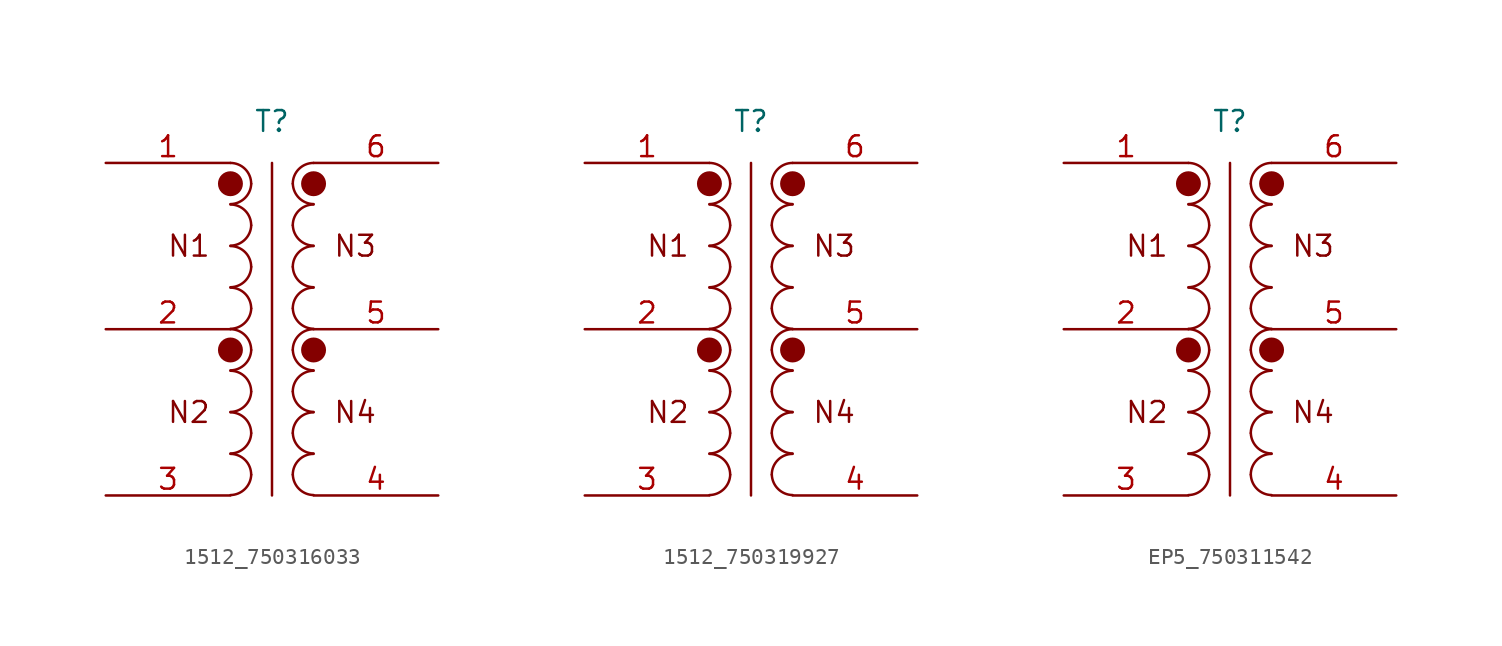
<source format=kicad_sym>
(kicad_symbol_lib
  (version 20220914)
  (generator kicad_symbol_editor)
  (symbol "1512_750316033"
    (pin_names hide)
    (property "Reference" "T"
      (at 0 12.7 0)
      (effects (font (size 1.27 1.27))))
    (property "Critical Parameter" ""
      (at 0 -5.08 0)
      (effects (font (size 1.27 1.27)) (justify left)))
    (symbol "1512_750316033_0_1"
      (arc (start -2.54 -10.1346) (mid -1.6561 -9.7663) (end -1.27 -8.89) (stroke (width 0) (type default)) (fill (type none)))
      (arc (start -2.54 -7.5946) (mid -1.6561 -7.2263) (end -1.27 -6.35) (stroke (width 0) (type default)) (fill (type none)))
      (arc (start -2.54 -5.0546) (mid -1.6561 -4.6863) (end -1.27 -3.81) (stroke (width 0) (type default)) (fill (type none)))
      (arc (start -2.54 -2.5146) (mid -1.6561 -2.1463) (end -1.27 -1.27) (stroke (width 0) (type default)) (fill (type none)))
      (arc (start -2.54 0.0254) (mid -1.6561 0.3937) (end -1.27 1.27) (stroke (width 0) (type default)) (fill (type none)))
      (arc (start -2.54 2.5654) (mid -1.6561 2.9337) (end -1.27 3.81) (stroke (width 0) (type default)) (fill (type none)))
      (arc (start -2.54 5.1054) (mid -1.6561 5.4737) (end -1.27 6.35) (stroke (width 0) (type default)) (fill (type none)))
      (arc (start -2.54 7.6454) (mid -1.6561 8.0137) (end -1.27 8.89) (stroke (width 0) (type default)) (fill (type none)))
      (arc (start -1.27 -8.89) (mid -1.642 -7.992) (end -2.54 -7.62) (stroke (width 0) (type default)) (fill (type none)))
      (arc (start -1.27 -6.35) (mid -1.642 -5.452) (end -2.54 -5.08) (stroke (width 0) (type default)) (fill (type none)))
      (arc (start -1.27 -3.81) (mid -1.642 -2.912) (end -2.54 -2.54) (stroke (width 0) (type default)) (fill (type none)))
      (arc (start -1.27 -1.27) (mid -1.642 -0.372) (end -2.54 0) (stroke (width 0) (type default)) (fill (type none)))
      (arc (start -1.27 1.27) (mid -1.642 2.168) (end -2.54 2.54) (stroke (width 0) (type default)) (fill (type none)))
      (arc (start -1.27 3.81) (mid -1.642 4.708) (end -2.54 5.08) (stroke (width 0) (type default)) (fill (type none)))
      (arc (start -1.27 6.35) (mid -1.642 7.248) (end -2.54 7.62) (stroke (width 0) (type default)) (fill (type none)))
      (arc (start -1.27 8.89) (mid -1.642 9.788) (end -2.54 10.16) (stroke (width 0) (type default)) (fill (type none)))
      (polyline (pts (xy 0 -10.16) (xy 0 10.16)) (stroke (width 0) (type default)) (fill (type none)))
      (arc (start 1.27 -8.89) (mid 1.6561 -9.7663) (end 2.54 -10.1346) (stroke (width 0) (type default)) (fill (type none)))
      (arc (start 1.27 -6.35) (mid 1.6561 -7.2263) (end 2.54 -7.5946) (stroke (width 0) (type default)) (fill (type none)))
      (arc (start 1.27 -3.81) (mid 1.6561 -4.6863) (end 2.54 -5.0546) (stroke (width 0) (type default)) (fill (type none)))
      (arc (start 1.27 -1.27) (mid 1.6561 -2.1463) (end 2.54 -2.5146) (stroke (width 0) (type default)) (fill (type none)))
      (arc (start 1.27 1.27) (mid 1.6561 0.3937) (end 2.54 0.0254) (stroke (width 0) (type default)) (fill (type none)))
      (arc (start 1.27 3.81) (mid 1.6561 2.9337) (end 2.54 2.5654) (stroke (width 0) (type default)) (fill (type none)))
      (arc (start 1.27 6.35) (mid 1.6561 5.4737) (end 2.54 5.1054) (stroke (width 0) (type default)) (fill (type none)))
      (arc (start 1.27 8.89) (mid 1.6561 8.0137) (end 2.54 7.6454) (stroke (width 0) (type default)) (fill (type none)))
      (arc (start 2.54 -7.62) (mid 1.642 -7.992) (end 1.27 -8.89) (stroke (width 0) (type default)) (fill (type none)))
      (arc (start 2.54 -5.08) (mid 1.642 -5.452) (end 1.27 -6.35) (stroke (width 0) (type default)) (fill (type none)))
      (arc (start 2.54 -2.54) (mid 1.642 -2.912) (end 1.27 -3.81) (stroke (width 0) (type default)) (fill (type none)))
      (arc (start 2.54 0) (mid 1.642 -0.372) (end 1.27 -1.27) (stroke (width 0) (type default)) (fill (type none)))
      (arc (start 2.54 2.54) (mid 1.642 2.168) (end 1.27 1.27) (stroke (width 0) (type default)) (fill (type none)))
      (arc (start 2.54 5.08) (mid 1.642 4.708) (end 1.27 3.81) (stroke (width 0) (type default)) (fill (type none)))
      (arc (start 2.54 7.62) (mid 1.642 7.248) (end 1.27 6.35) (stroke (width 0) (type default)) (fill (type none)))
      (arc (start 2.54 10.16) (mid 1.642 9.788) (end 1.27 8.89) (stroke (width 0) (type default)) (fill (type none))))
    (symbol "1512_750316033_1_1"
      (circle (center -2.54 -1.27) (radius 0.0001) (stroke (width 0.762) (type default)) (fill (type none)))
      (circle (center -2.54 8.89) (radius 0.0001) (stroke (width 0.762) (type default)) (fill (type none)))
      (circle (center 2.54 -1.27) (radius 0.0001) (stroke (width 0.762) (type default)) (fill (type none)))
      (circle (center 2.54 8.89) (radius 0.0001) (stroke (width 0.762) (type default)) (fill (type none)))
      (text "N1" (at -5.08 5.08 0) (effects (font (size 1.27 1.27))))
      (text "N2" (at -5.08 -5.08 0) (effects (font (size 1.27 1.27))))
      (text "N3" (at 5.08 5.08 0) (effects (font (size 1.27 1.27))))
      (text "N4" (at 5.08 -5.08 0) (effects (font (size 1.27 1.27))))
      (pin passive line (at -10.16 10.16 0) (length 7.62) (name "1" (effects (font (size 1.27 1.27)))) (number "1" (effects (font (size 1.27 1.27)))))
      (pin passive line (at -10.16 0 0) (length 7.62) (name "2" (effects (font (size 1.27 1.27)))) (number "2" (effects (font (size 1.27 1.27)))))
      (pin passive line (at -10.16 -10.16 0) (length 7.62) (name "3" (effects (font (size 1.27 1.27)))) (number "3" (effects (font (size 1.27 1.27)))))
      (pin passive line (at 10.16 -10.16 180) (length 7.62) (name "4" (effects (font (size 1.27 1.27)))) (number "4" (effects (font (size 1.27 1.27)))))
      (pin passive line (at 10.16 0 180) (length 7.62) (name "5" (effects (font (size 1.27 1.27)))) (number "5" (effects (font (size 1.27 1.27)))))
      (pin passive line (at 10.16 10.16 180) (length 7.62) (name "6" (effects (font (size 1.27 1.27)))) (number "6" (effects (font (size 1.27 1.27)))))))
  (symbol "1512_750319927"
    (pin_names hide)
    (property "Reference" "T"
      (at 0 12.7 0)
      (effects (font (size 1.27 1.27))))
    (property "Critical Parameter" ""
      (at 0 -5.08 0)
      (effects (font (size 1.27 1.27)) (justify left)))
    (symbol "1512_750319927_0_1"
      (arc (start -2.54 -10.1346) (mid -1.6561 -9.7663) (end -1.27 -8.89) (stroke (width 0) (type default)) (fill (type none)))
      (arc (start -2.54 -7.5946) (mid -1.6561 -7.2263) (end -1.27 -6.35) (stroke (width 0) (type default)) (fill (type none)))
      (arc (start -2.54 -5.0546) (mid -1.6561 -4.6863) (end -1.27 -3.81) (stroke (width 0) (type default)) (fill (type none)))
      (arc (start -2.54 -2.5146) (mid -1.6561 -2.1463) (end -1.27 -1.27) (stroke (width 0) (type default)) (fill (type none)))
      (arc (start -2.54 0.0254) (mid -1.6561 0.3937) (end -1.27 1.27) (stroke (width 0) (type default)) (fill (type none)))
      (arc (start -2.54 2.5654) (mid -1.6561 2.9337) (end -1.27 3.81) (stroke (width 0) (type default)) (fill (type none)))
      (arc (start -2.54 5.1054) (mid -1.6561 5.4737) (end -1.27 6.35) (stroke (width 0) (type default)) (fill (type none)))
      (arc (start -2.54 7.6454) (mid -1.6561 8.0137) (end -1.27 8.89) (stroke (width 0) (type default)) (fill (type none)))
      (arc (start -1.27 -8.89) (mid -1.642 -7.992) (end -2.54 -7.62) (stroke (width 0) (type default)) (fill (type none)))
      (arc (start -1.27 -6.35) (mid -1.642 -5.452) (end -2.54 -5.08) (stroke (width 0) (type default)) (fill (type none)))
      (arc (start -1.27 -3.81) (mid -1.642 -2.912) (end -2.54 -2.54) (stroke (width 0) (type default)) (fill (type none)))
      (arc (start -1.27 -1.27) (mid -1.642 -0.372) (end -2.54 0) (stroke (width 0) (type default)) (fill (type none)))
      (arc (start -1.27 1.27) (mid -1.642 2.168) (end -2.54 2.54) (stroke (width 0) (type default)) (fill (type none)))
      (arc (start -1.27 3.81) (mid -1.642 4.708) (end -2.54 5.08) (stroke (width 0) (type default)) (fill (type none)))
      (arc (start -1.27 6.35) (mid -1.642 7.248) (end -2.54 7.62) (stroke (width 0) (type default)) (fill (type none)))
      (arc (start -1.27 8.89) (mid -1.642 9.788) (end -2.54 10.16) (stroke (width 0) (type default)) (fill (type none)))
      (polyline (pts (xy 0 -10.16) (xy 0 10.16)) (stroke (width 0) (type default)) (fill (type none)))
      (arc (start 1.27 -8.89) (mid 1.6561 -9.7663) (end 2.54 -10.1346) (stroke (width 0) (type default)) (fill (type none)))
      (arc (start 1.27 -6.35) (mid 1.6561 -7.2263) (end 2.54 -7.5946) (stroke (width 0) (type default)) (fill (type none)))
      (arc (start 1.27 -3.81) (mid 1.6561 -4.6863) (end 2.54 -5.0546) (stroke (width 0) (type default)) (fill (type none)))
      (arc (start 1.27 -1.27) (mid 1.6561 -2.1463) (end 2.54 -2.5146) (stroke (width 0) (type default)) (fill (type none)))
      (arc (start 1.27 1.27) (mid 1.6561 0.3937) (end 2.54 0.0254) (stroke (width 0) (type default)) (fill (type none)))
      (arc (start 1.27 3.81) (mid 1.6561 2.9337) (end 2.54 2.5654) (stroke (width 0) (type default)) (fill (type none)))
      (arc (start 1.27 6.35) (mid 1.6561 5.4737) (end 2.54 5.1054) (stroke (width 0) (type default)) (fill (type none)))
      (arc (start 1.27 8.89) (mid 1.6561 8.0137) (end 2.54 7.6454) (stroke (width 0) (type default)) (fill (type none)))
      (arc (start 2.54 -7.62) (mid 1.642 -7.992) (end 1.27 -8.89) (stroke (width 0) (type default)) (fill (type none)))
      (arc (start 2.54 -5.08) (mid 1.642 -5.452) (end 1.27 -6.35) (stroke (width 0) (type default)) (fill (type none)))
      (arc (start 2.54 -2.54) (mid 1.642 -2.912) (end 1.27 -3.81) (stroke (width 0) (type default)) (fill (type none)))
      (arc (start 2.54 0) (mid 1.642 -0.372) (end 1.27 -1.27) (stroke (width 0) (type default)) (fill (type none)))
      (arc (start 2.54 2.54) (mid 1.642 2.168) (end 1.27 1.27) (stroke (width 0) (type default)) (fill (type none)))
      (arc (start 2.54 5.08) (mid 1.642 4.708) (end 1.27 3.81) (stroke (width 0) (type default)) (fill (type none)))
      (arc (start 2.54 7.62) (mid 1.642 7.248) (end 1.27 6.35) (stroke (width 0) (type default)) (fill (type none)))
      (arc (start 2.54 10.16) (mid 1.642 9.788) (end 1.27 8.89) (stroke (width 0) (type default)) (fill (type none))))
    (symbol "1512_750319927_1_1"
      (circle (center -2.54 -1.27) (radius 0.0001) (stroke (width 0.762) (type default)) (fill (type none)))
      (circle (center -2.54 8.89) (radius 0.0001) (stroke (width 0.762) (type default)) (fill (type none)))
      (circle (center 2.54 -1.27) (radius 0.0001) (stroke (width 0.762) (type default)) (fill (type none)))
      (circle (center 2.54 8.89) (radius 0.0001) (stroke (width 0.762) (type default)) (fill (type none)))
      (text "N1" (at -5.08 5.08 0) (effects (font (size 1.27 1.27))))
      (text "N2" (at -5.08 -5.08 0) (effects (font (size 1.27 1.27))))
      (text "N3" (at 5.08 5.08 0) (effects (font (size 1.27 1.27))))
      (text "N4" (at 5.08 -5.08 0) (effects (font (size 1.27 1.27))))
      (pin passive line (at -10.16 10.16 0) (length 7.62) (name "1" (effects (font (size 1.27 1.27)))) (number "1" (effects (font (size 1.27 1.27)))))
      (pin passive line (at -10.16 0 0) (length 7.62) (name "2" (effects (font (size 1.27 1.27)))) (number "2" (effects (font (size 1.27 1.27)))))
      (pin passive line (at -10.16 -10.16 0) (length 7.62) (name "3" (effects (font (size 1.27 1.27)))) (number "3" (effects (font (size 1.27 1.27)))))
      (pin passive line (at 10.16 -10.16 180) (length 7.62) (name "4" (effects (font (size 1.27 1.27)))) (number "4" (effects (font (size 1.27 1.27)))))
      (pin passive line (at 10.16 0 180) (length 7.62) (name "5" (effects (font (size 1.27 1.27)))) (number "5" (effects (font (size 1.27 1.27)))))
      (pin passive line (at 10.16 10.16 180) (length 7.62) (name "6" (effects (font (size 1.27 1.27)))) (number "6" (effects (font (size 1.27 1.27)))))))
  (symbol "EP5_750311542"
    (pin_names hide)
    (property "Reference" "T"
      (at 0 12.7 0)
      (effects (font (size 1.27 1.27))))
    (property "Critical Parameter" ""
      (at 0 -5.08 0)
      (effects (font (size 1.27 1.27)) (justify left)))
    (symbol "EP5_750311542_0_1"
      (arc (start -2.54 -10.1346) (mid -1.6561 -9.7663) (end -1.27 -8.89) (stroke (width 0) (type default)) (fill (type none)))
      (arc (start -2.54 -7.5946) (mid -1.6561 -7.2263) (end -1.27 -6.35) (stroke (width 0) (type default)) (fill (type none)))
      (arc (start -2.54 -5.0546) (mid -1.6561 -4.6863) (end -1.27 -3.81) (stroke (width 0) (type default)) (fill (type none)))
      (arc (start -2.54 -2.5146) (mid -1.6561 -2.1463) (end -1.27 -1.27) (stroke (width 0) (type default)) (fill (type none)))
      (arc (start -2.54 0.0254) (mid -1.6561 0.3937) (end -1.27 1.27) (stroke (width 0) (type default)) (fill (type none)))
      (arc (start -2.54 2.5654) (mid -1.6561 2.9337) (end -1.27 3.81) (stroke (width 0) (type default)) (fill (type none)))
      (arc (start -2.54 5.1054) (mid -1.6561 5.4737) (end -1.27 6.35) (stroke (width 0) (type default)) (fill (type none)))
      (arc (start -2.54 7.6454) (mid -1.6561 8.0137) (end -1.27 8.89) (stroke (width 0) (type default)) (fill (type none)))
      (arc (start -1.27 -8.89) (mid -1.642 -7.992) (end -2.54 -7.62) (stroke (width 0) (type default)) (fill (type none)))
      (arc (start -1.27 -6.35) (mid -1.642 -5.452) (end -2.54 -5.08) (stroke (width 0) (type default)) (fill (type none)))
      (arc (start -1.27 -3.81) (mid -1.642 -2.912) (end -2.54 -2.54) (stroke (width 0) (type default)) (fill (type none)))
      (arc (start -1.27 -1.27) (mid -1.642 -0.372) (end -2.54 0) (stroke (width 0) (type default)) (fill (type none)))
      (arc (start -1.27 1.27) (mid -1.642 2.168) (end -2.54 2.54) (stroke (width 0) (type default)) (fill (type none)))
      (arc (start -1.27 3.81) (mid -1.642 4.708) (end -2.54 5.08) (stroke (width 0) (type default)) (fill (type none)))
      (arc (start -1.27 6.35) (mid -1.642 7.248) (end -2.54 7.62) (stroke (width 0) (type default)) (fill (type none)))
      (arc (start -1.27 8.89) (mid -1.642 9.788) (end -2.54 10.16) (stroke (width 0) (type default)) (fill (type none)))
      (polyline (pts (xy 0 -10.16) (xy 0 10.16)) (stroke (width 0) (type default)) (fill (type none)))
      (arc (start 1.27 -8.89) (mid 1.6561 -9.7663) (end 2.54 -10.1346) (stroke (width 0) (type default)) (fill (type none)))
      (arc (start 1.27 -6.35) (mid 1.6561 -7.2263) (end 2.54 -7.5946) (stroke (width 0) (type default)) (fill (type none)))
      (arc (start 1.27 -3.81) (mid 1.6561 -4.6863) (end 2.54 -5.0546) (stroke (width 0) (type default)) (fill (type none)))
      (arc (start 1.27 -1.27) (mid 1.6561 -2.1463) (end 2.54 -2.5146) (stroke (width 0) (type default)) (fill (type none)))
      (arc (start 1.27 1.27) (mid 1.6561 0.3937) (end 2.54 0.0254) (stroke (width 0) (type default)) (fill (type none)))
      (arc (start 1.27 3.81) (mid 1.6561 2.9337) (end 2.54 2.5654) (stroke (width 0) (type default)) (fill (type none)))
      (arc (start 1.27 6.35) (mid 1.6561 5.4737) (end 2.54 5.1054) (stroke (width 0) (type default)) (fill (type none)))
      (arc (start 1.27 8.89) (mid 1.6561 8.0137) (end 2.54 7.6454) (stroke (width 0) (type default)) (fill (type none)))
      (arc (start 2.54 -7.62) (mid 1.642 -7.992) (end 1.27 -8.89) (stroke (width 0) (type default)) (fill (type none)))
      (arc (start 2.54 -5.08) (mid 1.642 -5.452) (end 1.27 -6.35) (stroke (width 0) (type default)) (fill (type none)))
      (arc (start 2.54 -2.54) (mid 1.642 -2.912) (end 1.27 -3.81) (stroke (width 0) (type default)) (fill (type none)))
      (arc (start 2.54 0) (mid 1.642 -0.372) (end 1.27 -1.27) (stroke (width 0) (type default)) (fill (type none)))
      (arc (start 2.54 2.54) (mid 1.642 2.168) (end 1.27 1.27) (stroke (width 0) (type default)) (fill (type none)))
      (arc (start 2.54 5.08) (mid 1.642 4.708) (end 1.27 3.81) (stroke (width 0) (type default)) (fill (type none)))
      (arc (start 2.54 7.62) (mid 1.642 7.248) (end 1.27 6.35) (stroke (width 0) (type default)) (fill (type none)))
      (arc (start 2.54 10.16) (mid 1.642 9.788) (end 1.27 8.89) (stroke (width 0) (type default)) (fill (type none))))
    (symbol "EP5_750311542_1_1"
      (circle (center -2.54 -1.27) (radius 0.0001) (stroke (width 0.762) (type default)) (fill (type none)))
      (circle (center -2.54 8.89) (radius 0.0001) (stroke (width 0.762) (type default)) (fill (type none)))
      (circle (center 2.54 -1.27) (radius 0.0001) (stroke (width 0.762) (type default)) (fill (type none)))
      (circle (center 2.54 8.89) (radius 0.0001) (stroke (width 0.762) (type default)) (fill (type none)))
      (text "N1" (at -5.08 5.08 0) (effects (font (size 1.27 1.27))))
      (text "N2" (at -5.08 -5.08 0) (effects (font (size 1.27 1.27))))
      (text "N3" (at 5.08 5.08 0) (effects (font (size 1.27 1.27))))
      (text "N4" (at 5.08 -5.08 0) (effects (font (size 1.27 1.27))))
      (pin passive line (at -10.16 10.16 0) (length 7.62) (name "1" (effects (font (size 1.27 1.27)))) (number "1" (effects (font (size 1.27 1.27)))))
      (pin passive line (at -10.16 0 0) (length 7.62) (name "2" (effects (font (size 1.27 1.27)))) (number "2" (effects (font (size 1.27 1.27)))))
      (pin passive line (at -10.16 -10.16 0) (length 7.62) (name "3" (effects (font (size 1.27 1.27)))) (number "3" (effects (font (size 1.27 1.27)))))
      (pin passive line (at 10.16 -10.16 180) (length 7.62) (name "4" (effects (font (size 1.27 1.27)))) (number "4" (effects (font (size 1.27 1.27)))))
      (pin passive line (at 10.16 0 180) (length 7.62) (name "5" (effects (font (size 1.27 1.27)))) (number "5" (effects (font (size 1.27 1.27)))))
      (pin passive line (at 10.16 10.16 180) (length 7.62) (name "6" (effects (font (size 1.27 1.27)))) (number "6" (effects (font (size 1.27 1.27))))))))
</source>
